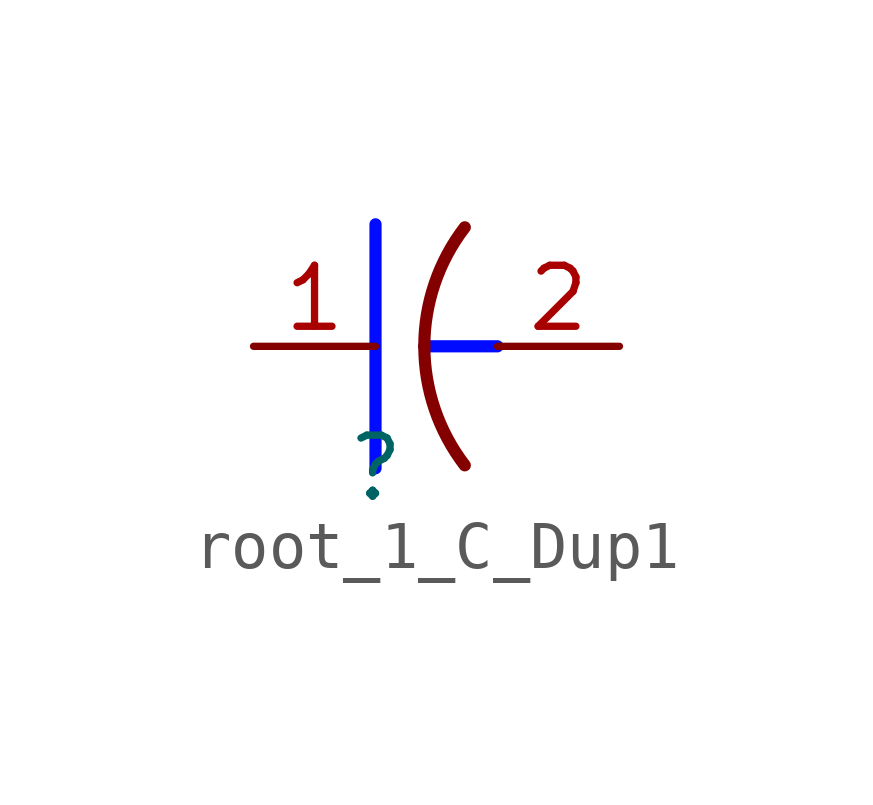
<source format=kicad_sym>
(kicad_symbol_lib
  (version 20231120)
  (generator "kicad_symbol_editor")
  (generator_version "8.0")
  (symbol "root_1_C_Dup1"
    (property "Reference" ""
      (at 0 0 0)
      (effects (font (size 1.27 1.27))))
    (property "Value" ""
      (at 0 0 0)
      (effects (font (size 1.27 1.27))))
    (symbol "root_1_C_Dup1_1_0"
      (polyline (pts (xy 0 0) (xy 0 5.08)) (stroke (width 0.254) (type solid) (color 0 11 255 1)) (fill (type none)))
      (polyline (pts (xy 1.016 2.54) (xy 2.54 2.54)) (stroke (width 0.254) (type solid) (color 0 11 255 1)) (fill (type none)))
      (arc (start 1.016 2.54) (mid 1.2325 1.2313) (end 1.8588 0.0621) (stroke (width 0.254) (type solid)) (fill (type none)))
      (arc (start 1.8588 5.0179) (mid 1.2325 3.8487) (end 1.016 2.54) (stroke (width 0.254) (type solid)) (fill (type none)))
      (pin passive line (at -2.54 2.54 0) (length 2.54) (name "1" (effects (font (size 0 0)))) (number "1" (effects (font (size 1.27 1.27)))))
      (pin passive line (at 5.08 2.54 180) (length 2.54) (name "2" (effects (font (size 0 0)))) (number "2" (effects (font (size 1.27 1.27))))))))
</source>
